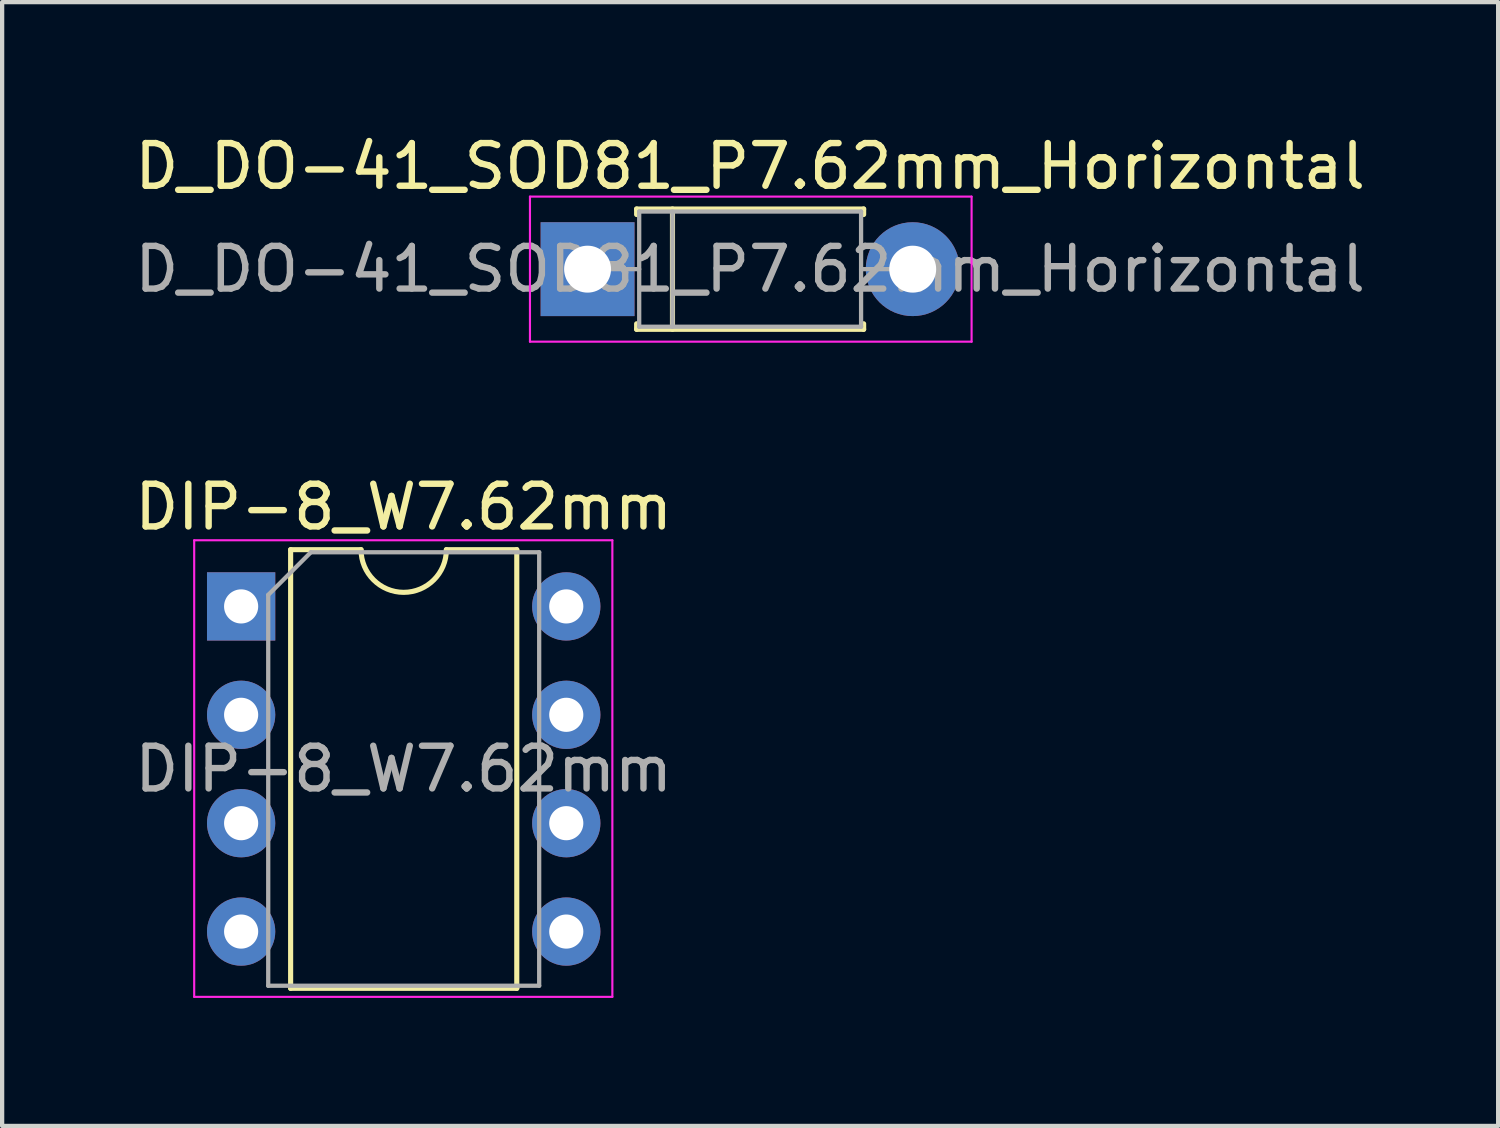
<source format=kicad_pcb>
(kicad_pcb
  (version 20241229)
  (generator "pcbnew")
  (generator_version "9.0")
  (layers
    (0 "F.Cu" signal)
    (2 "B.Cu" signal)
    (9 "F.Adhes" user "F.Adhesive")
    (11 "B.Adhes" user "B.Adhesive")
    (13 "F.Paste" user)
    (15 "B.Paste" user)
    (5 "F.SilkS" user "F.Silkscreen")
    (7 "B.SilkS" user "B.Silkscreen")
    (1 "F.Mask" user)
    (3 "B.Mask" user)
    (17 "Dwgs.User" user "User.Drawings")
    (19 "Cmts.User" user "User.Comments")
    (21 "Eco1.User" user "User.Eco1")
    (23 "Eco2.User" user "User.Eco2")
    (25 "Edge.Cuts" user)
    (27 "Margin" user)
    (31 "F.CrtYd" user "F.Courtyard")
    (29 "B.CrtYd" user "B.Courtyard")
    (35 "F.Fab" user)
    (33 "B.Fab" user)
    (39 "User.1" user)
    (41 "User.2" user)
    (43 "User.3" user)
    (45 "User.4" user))
  (footprint "D_DO-41_SOD81_P7.62mm_Horizontal"
    (layer "F.Cu")
    (at 10.72 3.258)
    (property "Reference" "D_DO-41_SOD81_P7.62mm_Horizontal" (at 3.81 -2.41 0) (layer "F.SilkS") (effects (font (size 1 1) (thickness 0.15))))
    (attr through_hole)
    (fp_line (start 1.15 -1.41) (end 6.47 -1.41) (stroke (width 0.12) (type solid)) (layer "F.SilkS"))
    (fp_line (start 1.15 -1.28) (end 1.15 -1.41) (stroke (width 0.12) (type solid)) (layer "F.SilkS"))
    (fp_line (start 1.15 1.28) (end 1.15 1.41) (stroke (width 0.12) (type solid)) (layer "F.SilkS"))
    (fp_line (start 1.15 1.41) (end 6.47 1.41) (stroke (width 0.12) (type solid)) (layer "F.SilkS"))
    (fp_line (start 1.99 -1.41) (end 1.99 1.41) (stroke (width 0.12) (type solid)) (layer "F.SilkS"))
    (fp_line (start 6.47 -1.41) (end 6.47 -1.28) (stroke (width 0.12) (type solid)) (layer "F.SilkS"))
    (fp_line (start 6.47 1.41) (end 6.47 1.28) (stroke (width 0.12) (type solid)) (layer "F.SilkS"))
    (fp_line (start -1.35 -1.7) (end -1.35 1.7) (stroke (width 0.05) (type solid)) (layer "F.CrtYd"))
    (fp_line (start -1.35 1.7) (end 9 1.7) (stroke (width 0.05) (type solid)) (layer "F.CrtYd"))
    (fp_line (start 9 -1.7) (end -1.35 -1.7) (stroke (width 0.05) (type solid)) (layer "F.CrtYd"))
    (fp_line (start 9 1.7) (end 9 -1.7) (stroke (width 0.05) (type solid)) (layer "F.CrtYd"))
    (fp_line (start 0 0) (end 1.21 0) (stroke (width 0.1) (type solid)) (layer "F.Fab"))
    (fp_line (start 1.21 -1.35) (end 1.21 1.35) (stroke (width 0.1) (type solid)) (layer "F.Fab"))
    (fp_line (start 1.21 1.35) (end 6.41 1.35) (stroke (width 0.1) (type solid)) (layer "F.Fab"))
    (fp_line (start 1.99 -1.35) (end 1.99 1.35) (stroke (width 0.1) (type solid)) (layer "F.Fab"))
    (fp_line (start 6.41 -1.35) (end 1.21 -1.35) (stroke (width 0.1) (type solid)) (layer "F.Fab"))
    (fp_line (start 6.41 1.35) (end 6.41 -1.35) (stroke (width 0.1) (type solid)) (layer "F.Fab"))
    (fp_line (start 7.62 0) (end 6.41 0) (stroke (width 0.1) (type solid)) (layer "F.Fab"))
    (fp_text user "${REFERENCE}" (at 3.81 0 0) (layer "F.Fab") (effects (font (size 1 1) (thickness 0.15))))
    (pad "1" thru_hole rect (at 0 0) (size 2.2 2.2) (drill 1.1) (layers "*.Cu" "*.Mask"))
    (pad "2" thru_hole oval (at 7.62 0) (size 2.2 2.2) (drill 1.1) (layers "*.Cu" "*.Mask")))
  (footprint "DIP-8_W7.62mm"
    (layer "F.Cu")
    (at 2.601 11.162)
    (property "Reference" "DIP-8_W7.62mm" (at 3.81 -2.33 0) (layer "F.SilkS") (effects (font (size 1 1) (thickness 0.15))))
    (attr through_hole)
    (fp_line (start 1.16 -1.33) (end 1.16 8.95) (stroke (width 0.12) (type solid)) (layer "F.SilkS"))
    (fp_line (start 1.16 8.95) (end 6.46 8.95) (stroke (width 0.12) (type solid)) (layer "F.SilkS"))
    (fp_line (start 2.81 -1.33) (end 1.16 -1.33) (stroke (width 0.12) (type solid)) (layer "F.SilkS"))
    (fp_line (start 6.46 -1.33) (end 4.81 -1.33) (stroke (width 0.12) (type solid)) (layer "F.SilkS"))
    (fp_line (start 6.46 8.95) (end 6.46 -1.33) (stroke (width 0.12) (type solid)) (layer "F.SilkS"))
    (fp_arc (start 4.81 -1.33) (mid 3.81 -0.33) (end 2.81 -1.33) (stroke (width 0.12) (type solid)) (layer "F.SilkS"))
    (fp_line (start -1.1 -1.55) (end -1.1 9.15) (stroke (width 0.05) (type solid)) (layer "F.CrtYd"))
    (fp_line (start -1.1 9.15) (end 8.7 9.15) (stroke (width 0.05) (type solid)) (layer "F.CrtYd"))
    (fp_line (start 8.7 -1.55) (end -1.1 -1.55) (stroke (width 0.05) (type solid)) (layer "F.CrtYd"))
    (fp_line (start 8.7 9.15) (end 8.7 -1.55) (stroke (width 0.05) (type solid)) (layer "F.CrtYd"))
    (fp_line (start 0.635 -0.27) (end 1.635 -1.27) (stroke (width 0.1) (type solid)) (layer "F.Fab"))
    (fp_line (start 0.635 8.89) (end 0.635 -0.27) (stroke (width 0.1) (type solid)) (layer "F.Fab"))
    (fp_line (start 1.635 -1.27) (end 6.985 -1.27) (stroke (width 0.1) (type solid)) (layer "F.Fab"))
    (fp_line (start 6.985 -1.27) (end 6.985 8.89) (stroke (width 0.1) (type solid)) (layer "F.Fab"))
    (fp_line (start 6.985 8.89) (end 0.635 8.89) (stroke (width 0.1) (type solid)) (layer "F.Fab"))
    (fp_text user "${REFERENCE}" (at 3.81 3.81 0) (layer "F.Fab") (effects (font (size 1 1) (thickness 0.15))))
    (pad "1" thru_hole rect (at 0 0) (size 1.6 1.6) (drill 0.8) (layers "*.Cu" "*.Mask"))
    (pad "2" thru_hole oval (at 0 2.54) (size 1.6 1.6) (drill 0.8) (layers "*.Cu" "*.Mask"))
    (pad "3" thru_hole oval (at 0 5.08) (size 1.6 1.6) (drill 0.8) (layers "*.Cu" "*.Mask"))
    (pad "4" thru_hole oval (at 0 7.62) (size 1.6 1.6) (drill 0.8) (layers "*.Cu" "*.Mask"))
    (pad "5" thru_hole oval (at 7.62 7.62) (size 1.6 1.6) (drill 0.8) (layers "*.Cu" "*.Mask"))
    (pad "6" thru_hole oval (at 7.62 5.08) (size 1.6 1.6) (drill 0.8) (layers "*.Cu" "*.Mask"))
    (pad "7" thru_hole oval (at 7.62 2.54) (size 1.6 1.6) (drill 0.8) (layers "*.Cu" "*.Mask"))
    (pad "8" thru_hole oval (at 7.62 0) (size 1.6 1.6) (drill 0.8) (layers "*.Cu" "*.Mask")))
  (gr_rect
    (start -3 -3)
    (end 32.06 23.337)
    (stroke (width 0.1) (type default))
    (fill no)
    (layer "Edge.Cuts")))
</source>
